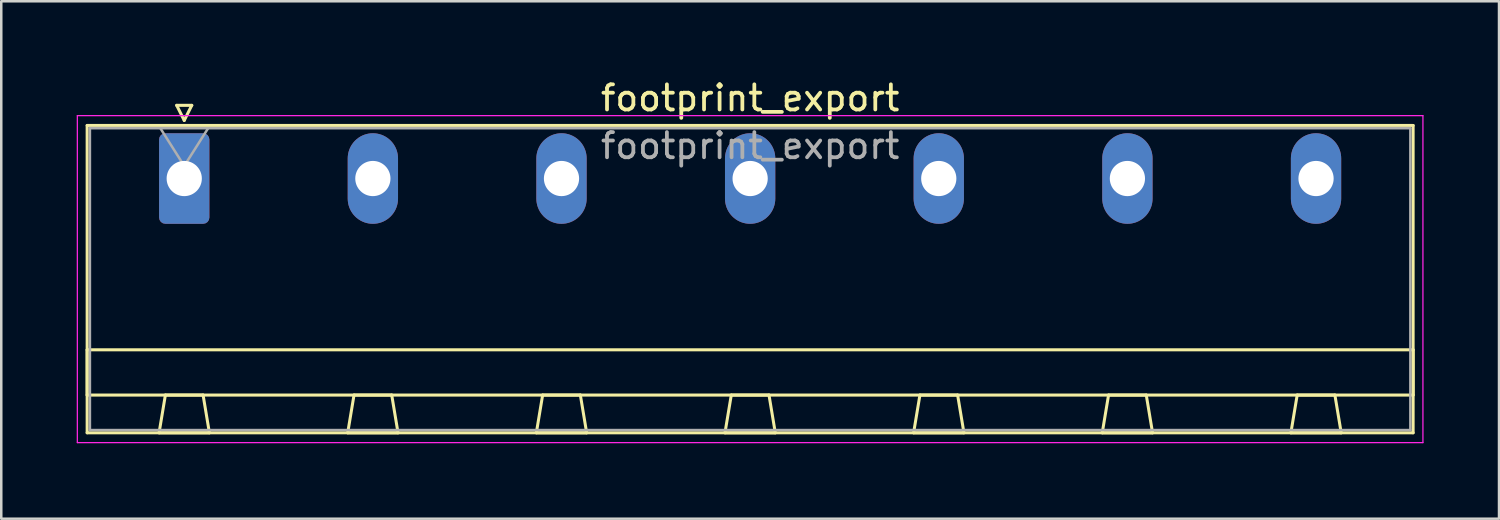
<source format=kicad_pcb>
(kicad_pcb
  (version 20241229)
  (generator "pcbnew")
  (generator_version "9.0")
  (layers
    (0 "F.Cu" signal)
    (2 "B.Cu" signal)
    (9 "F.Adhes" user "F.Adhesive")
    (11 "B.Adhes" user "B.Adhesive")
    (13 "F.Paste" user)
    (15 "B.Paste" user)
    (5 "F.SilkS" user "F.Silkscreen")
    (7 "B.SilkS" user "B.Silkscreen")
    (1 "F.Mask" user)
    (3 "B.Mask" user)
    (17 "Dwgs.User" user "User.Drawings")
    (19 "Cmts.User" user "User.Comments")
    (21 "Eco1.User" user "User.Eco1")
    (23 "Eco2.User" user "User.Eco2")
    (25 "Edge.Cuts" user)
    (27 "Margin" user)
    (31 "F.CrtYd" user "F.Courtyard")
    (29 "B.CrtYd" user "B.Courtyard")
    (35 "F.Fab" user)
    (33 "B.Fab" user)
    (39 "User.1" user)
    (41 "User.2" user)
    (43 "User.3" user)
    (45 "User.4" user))
  (footprint "footprint_export"
    (layer "F.Cu")
    (at 4.275 4.048)
    (property "Reference" "footprint_export" (at 22.5 -3.2 0) (layer "F.SilkS") (effects (font (size 1 1) (thickness 0.15))))
    (attr through_hole)
    (fp_line (start -3.86 -2.11) (end -3.86 10.11) (stroke (width 0.12) (type solid)) (layer "F.SilkS"))
    (fp_line (start -3.86 6.81) (end 48.86 6.81) (stroke (width 0.12) (type solid)) (layer "F.SilkS"))
    (fp_line (start -3.86 8.61) (end -3.86 6.81) (stroke (width 0.12) (type solid)) (layer "F.SilkS"))
    (fp_line (start -3.86 10.11) (end 48.86 10.11) (stroke (width 0.12) (type solid)) (layer "F.SilkS"))
    (fp_line (start -1 10.11) (end 1 10.11) (stroke (width 0.12) (type solid)) (layer "F.SilkS"))
    (fp_line (start -0.75 8.61) (end -1 10.11) (stroke (width 0.12) (type solid)) (layer "F.SilkS"))
    (fp_line (start -0.3 -2.91) (end 0.3 -2.91) (stroke (width 0.12) (type solid)) (layer "F.SilkS"))
    (fp_line (start 0 -2.31) (end -0.3 -2.91) (stroke (width 0.12) (type solid)) (layer "F.SilkS"))
    (fp_line (start 0.3 -2.91) (end 0 -2.31) (stroke (width 0.12) (type solid)) (layer "F.SilkS"))
    (fp_line (start 0.75 8.61) (end -0.75 8.61) (stroke (width 0.12) (type solid)) (layer "F.SilkS"))
    (fp_line (start 1 10.11) (end 0.75 8.61) (stroke (width 0.12) (type solid)) (layer "F.SilkS"))
    (fp_line (start 6.5 10.11) (end 8.5 10.11) (stroke (width 0.12) (type solid)) (layer "F.SilkS"))
    (fp_line (start 6.75 8.61) (end 6.5 10.11) (stroke (width 0.12) (type solid)) (layer "F.SilkS"))
    (fp_line (start 8.25 8.61) (end 6.75 8.61) (stroke (width 0.12) (type solid)) (layer "F.SilkS"))
    (fp_line (start 8.5 10.11) (end 8.25 8.61) (stroke (width 0.12) (type solid)) (layer "F.SilkS"))
    (fp_line (start 14 10.11) (end 16 10.11) (stroke (width 0.12) (type solid)) (layer "F.SilkS"))
    (fp_line (start 14.25 8.61) (end 14 10.11) (stroke (width 0.12) (type solid)) (layer "F.SilkS"))
    (fp_line (start 15.75 8.61) (end 14.25 8.61) (stroke (width 0.12) (type solid)) (layer "F.SilkS"))
    (fp_line (start 16 10.11) (end 15.75 8.61) (stroke (width 0.12) (type solid)) (layer "F.SilkS"))
    (fp_line (start 21.5 10.11) (end 23.5 10.11) (stroke (width 0.12) (type solid)) (layer "F.SilkS"))
    (fp_line (start 21.75 8.61) (end 21.5 10.11) (stroke (width 0.12) (type solid)) (layer "F.SilkS"))
    (fp_line (start 23.25 8.61) (end 21.75 8.61) (stroke (width 0.12) (type solid)) (layer "F.SilkS"))
    (fp_line (start 23.5 10.11) (end 23.25 8.61) (stroke (width 0.12) (type solid)) (layer "F.SilkS"))
    (fp_line (start 29 10.11) (end 31 10.11) (stroke (width 0.12) (type solid)) (layer "F.SilkS"))
    (fp_line (start 29.25 8.61) (end 29 10.11) (stroke (width 0.12) (type solid)) (layer "F.SilkS"))
    (fp_line (start 30.75 8.61) (end 29.25 8.61) (stroke (width 0.12) (type solid)) (layer "F.SilkS"))
    (fp_line (start 31 10.11) (end 30.75 8.61) (stroke (width 0.12) (type solid)) (layer "F.SilkS"))
    (fp_line (start 36.5 10.11) (end 38.5 10.11) (stroke (width 0.12) (type solid)) (layer "F.SilkS"))
    (fp_line (start 36.75 8.61) (end 36.5 10.11) (stroke (width 0.12) (type solid)) (layer "F.SilkS"))
    (fp_line (start 38.25 8.61) (end 36.75 8.61) (stroke (width 0.12) (type solid)) (layer "F.SilkS"))
    (fp_line (start 38.5 10.11) (end 38.25 8.61) (stroke (width 0.12) (type solid)) (layer "F.SilkS"))
    (fp_line (start 44 10.11) (end 46 10.11) (stroke (width 0.12) (type solid)) (layer "F.SilkS"))
    (fp_line (start 44.25 8.61) (end 44 10.11) (stroke (width 0.12) (type solid)) (layer "F.SilkS"))
    (fp_line (start 45.75 8.61) (end 44.25 8.61) (stroke (width 0.12) (type solid)) (layer "F.SilkS"))
    (fp_line (start 46 10.11) (end 45.75 8.61) (stroke (width 0.12) (type solid)) (layer "F.SilkS"))
    (fp_line (start 48.86 -2.11) (end -3.86 -2.11) (stroke (width 0.12) (type solid)) (layer "F.SilkS"))
    (fp_line (start 48.86 6.81) (end 48.86 8.61) (stroke (width 0.12) (type solid)) (layer "F.SilkS"))
    (fp_line (start 48.86 8.61) (end -3.86 8.61) (stroke (width 0.12) (type solid)) (layer "F.SilkS"))
    (fp_line (start 48.86 10.11) (end 48.86 -2.11) (stroke (width 0.12) (type solid)) (layer "F.SilkS"))
    (fp_line (start -4.25 -2.5) (end -4.25 10.5) (stroke (width 0.05) (type solid)) (layer "F.CrtYd"))
    (fp_line (start -4.25 10.5) (end 49.25 10.5) (stroke (width 0.05) (type solid)) (layer "F.CrtYd"))
    (fp_line (start 49.25 -2.5) (end -4.25 -2.5) (stroke (width 0.05) (type solid)) (layer "F.CrtYd"))
    (fp_line (start 49.25 10.5) (end 49.25 -2.5) (stroke (width 0.05) (type solid)) (layer "F.CrtYd"))
    (fp_line (start -3.75 -2) (end -3.75 10) (stroke (width 0.1) (type solid)) (layer "F.Fab"))
    (fp_line (start -3.75 10) (end 48.75 10) (stroke (width 0.1) (type solid)) (layer "F.Fab"))
    (fp_line (start 0 -0.5) (end -0.95 -2) (stroke (width 0.1) (type solid)) (layer "F.Fab"))
    (fp_line (start 0.95 -2) (end 0 -0.5) (stroke (width 0.1) (type solid)) (layer "F.Fab"))
    (fp_line (start 48.75 -2) (end -3.75 -2) (stroke (width 0.1) (type solid)) (layer "F.Fab"))
    (fp_line (start 48.75 10) (end 48.75 -2) (stroke (width 0.1) (type solid)) (layer "F.Fab"))
    (fp_text user "${REFERENCE}" (at 22.5 -1.3 0) (layer "F.Fab") (effects (font (size 1 1) (thickness 0.15))))
    (pad "1" thru_hole roundrect (at 0 0) (size 2 3.6) (drill 1.4) (layers "*.Cu" "*.Mask") (roundrect_rratio 0.125))
    (pad "2" thru_hole oval (at 7.5 0) (size 2 3.6) (drill 1.4) (layers "*.Cu" "*.Mask"))
    (pad "3" thru_hole oval (at 15 0) (size 2 3.6) (drill 1.4) (layers "*.Cu" "*.Mask"))
    (pad "4" thru_hole oval (at 22.5 0) (size 2 3.6) (drill 1.4) (layers "*.Cu" "*.Mask"))
    (pad "5" thru_hole oval (at 30 0) (size 2 3.6) (drill 1.4) (layers "*.Cu" "*.Mask"))
    (pad "6" thru_hole oval (at 37.5 0) (size 2 3.6) (drill 1.4) (layers "*.Cu" "*.Mask"))
    (pad "7" thru_hole oval (at 45 0) (size 2 3.6) (drill 1.4) (layers "*.Cu" "*.Mask")))
  (gr_rect
    (start -3 -3)
    (end 56.55 17.573)
    (stroke (width 0.1) (type default))
    (fill no)
    (layer "Edge.Cuts")))
</source>
